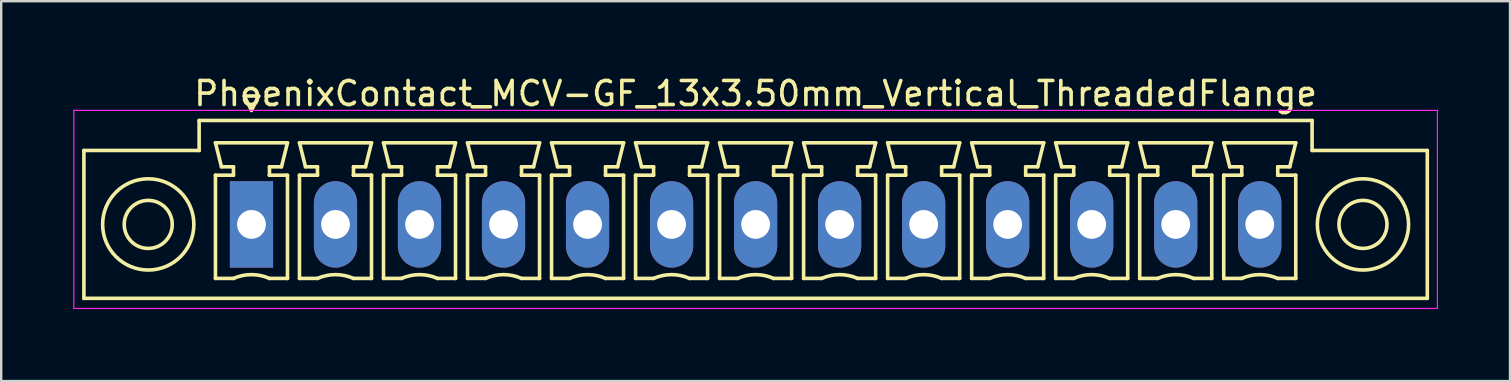
<source format=kicad_pcb>
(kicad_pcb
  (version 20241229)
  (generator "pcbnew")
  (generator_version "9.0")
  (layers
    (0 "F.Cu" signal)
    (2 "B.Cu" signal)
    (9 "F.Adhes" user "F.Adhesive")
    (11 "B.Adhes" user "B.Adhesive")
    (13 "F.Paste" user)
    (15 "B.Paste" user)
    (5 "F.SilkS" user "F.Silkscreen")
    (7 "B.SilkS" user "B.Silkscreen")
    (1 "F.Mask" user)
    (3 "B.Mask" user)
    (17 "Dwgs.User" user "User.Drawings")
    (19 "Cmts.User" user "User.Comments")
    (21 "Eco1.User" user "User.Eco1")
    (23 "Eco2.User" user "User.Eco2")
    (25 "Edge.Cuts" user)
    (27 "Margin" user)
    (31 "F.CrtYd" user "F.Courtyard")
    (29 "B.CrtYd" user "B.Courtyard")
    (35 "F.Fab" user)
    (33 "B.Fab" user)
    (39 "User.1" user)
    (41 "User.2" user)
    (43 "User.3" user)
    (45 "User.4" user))
  (footprint "PhoenixContact_MCV-GF_13x3.50mm_Vertical_ThreadedFlange"
    (layer "F.Cu")
    (at 7.425 6.298)
    (property "Reference" "PhoenixContact_MCV-GF_13x3.50mm_Vertical_ThreadedFlange" (at 21 -5.45 0) (layer "F.SilkS") (effects (font (size 1 1) (thickness 0.15))))
    (attr through_hole)
    (fp_line (start -6.98 -3.08) (end -6.98 3.08) (stroke (width 0.15) (type solid)) (layer "F.SilkS"))
    (fp_line (start -6.98 3.08) (end 48.98 3.08) (stroke (width 0.15) (type solid)) (layer "F.SilkS"))
    (fp_line (start -2.18 -4.33) (end -2.18 -3.08) (stroke (width 0.15) (type solid)) (layer "F.SilkS"))
    (fp_line (start -2.18 -3.08) (end -6.98 -3.08) (stroke (width 0.15) (type solid)) (layer "F.SilkS"))
    (fp_line (start -1.5 -3.4) (end 1.5 -3.4) (stroke (width 0.15) (type solid)) (layer "F.SilkS"))
    (fp_line (start -1.5 -2.05) (end -0.75 -2.05) (stroke (width 0.15) (type solid)) (layer "F.SilkS"))
    (fp_line (start -1.5 2.25) (end -1.5 -2.05) (stroke (width 0.15) (type solid)) (layer "F.SilkS"))
    (fp_line (start -1.25 -2.4) (end -1.5 -3.4) (stroke (width 0.15) (type solid)) (layer "F.SilkS"))
    (fp_line (start -0.75 -2.4) (end -1.25 -2.4) (stroke (width 0.15) (type solid)) (layer "F.SilkS"))
    (fp_line (start -0.75 -2.05) (end -0.75 -2.4) (stroke (width 0.15) (type solid)) (layer "F.SilkS"))
    (fp_line (start -0.75 2.25) (end -1.5 2.25) (stroke (width 0.15) (type solid)) (layer "F.SilkS"))
    (fp_line (start -0.3 -5.35) (end 0 -4.75) (stroke (width 0.15) (type solid)) (layer "F.SilkS"))
    (fp_line (start 0 -4.75) (end 0.3 -5.35) (stroke (width 0.15) (type solid)) (layer "F.SilkS"))
    (fp_line (start 0.3 -5.35) (end -0.3 -5.35) (stroke (width 0.15) (type solid)) (layer "F.SilkS"))
    (fp_line (start 0.75 -2.4) (end 0.75 -2.05) (stroke (width 0.15) (type solid)) (layer "F.SilkS"))
    (fp_line (start 0.75 -2.05) (end 0.75 -2.05) (stroke (width 0.15) (type solid)) (layer "F.SilkS"))
    (fp_line (start 0.75 -2.05) (end 1.5 -2.05) (stroke (width 0.15) (type solid)) (layer "F.SilkS"))
    (fp_line (start 1.25 -2.4) (end 0.75 -2.4) (stroke (width 0.15) (type solid)) (layer "F.SilkS"))
    (fp_line (start 1.5 -3.4) (end 1.25 -2.4) (stroke (width 0.15) (type solid)) (layer "F.SilkS"))
    (fp_line (start 1.5 -2.05) (end 1.5 2.25) (stroke (width 0.15) (type solid)) (layer "F.SilkS"))
    (fp_line (start 1.5 2.25) (end 0.75 2.25) (stroke (width 0.15) (type solid)) (layer "F.SilkS"))
    (fp_line (start 2 -3.4) (end 5 -3.4) (stroke (width 0.15) (type solid)) (layer "F.SilkS"))
    (fp_line (start 2 -2.05) (end 2.75 -2.05) (stroke (width 0.15) (type solid)) (layer "F.SilkS"))
    (fp_line (start 2 2.25) (end 2 -2.05) (stroke (width 0.15) (type solid)) (layer "F.SilkS"))
    (fp_line (start 2.25 -2.4) (end 2 -3.4) (stroke (width 0.15) (type solid)) (layer "F.SilkS"))
    (fp_line (start 2.75 -2.4) (end 2.25 -2.4) (stroke (width 0.15) (type solid)) (layer "F.SilkS"))
    (fp_line (start 2.75 -2.05) (end 2.75 -2.4) (stroke (width 0.15) (type solid)) (layer "F.SilkS"))
    (fp_line (start 2.75 2.25) (end 2 2.25) (stroke (width 0.15) (type solid)) (layer "F.SilkS"))
    (fp_line (start 4.25 -2.4) (end 4.25 -2.05) (stroke (width 0.15) (type solid)) (layer "F.SilkS"))
    (fp_line (start 4.25 -2.05) (end 4.25 -2.05) (stroke (width 0.15) (type solid)) (layer "F.SilkS"))
    (fp_line (start 4.25 -2.05) (end 5 -2.05) (stroke (width 0.15) (type solid)) (layer "F.SilkS"))
    (fp_line (start 4.75 -2.4) (end 4.25 -2.4) (stroke (width 0.15) (type solid)) (layer "F.SilkS"))
    (fp_line (start 5 -3.4) (end 4.75 -2.4) (stroke (width 0.15) (type solid)) (layer "F.SilkS"))
    (fp_line (start 5 -2.05) (end 5 2.25) (stroke (width 0.15) (type solid)) (layer "F.SilkS"))
    (fp_line (start 5 2.25) (end 4.25 2.25) (stroke (width 0.15) (type solid)) (layer "F.SilkS"))
    (fp_line (start 5.5 -3.4) (end 8.5 -3.4) (stroke (width 0.15) (type solid)) (layer "F.SilkS"))
    (fp_line (start 5.5 -2.05) (end 6.25 -2.05) (stroke (width 0.15) (type solid)) (layer "F.SilkS"))
    (fp_line (start 5.5 2.25) (end 5.5 -2.05) (stroke (width 0.15) (type solid)) (layer "F.SilkS"))
    (fp_line (start 5.75 -2.4) (end 5.5 -3.4) (stroke (width 0.15) (type solid)) (layer "F.SilkS"))
    (fp_line (start 6.25 -2.4) (end 5.75 -2.4) (stroke (width 0.15) (type solid)) (layer "F.SilkS"))
    (fp_line (start 6.25 -2.05) (end 6.25 -2.4) (stroke (width 0.15) (type solid)) (layer "F.SilkS"))
    (fp_line (start 6.25 2.25) (end 5.5 2.25) (stroke (width 0.15) (type solid)) (layer "F.SilkS"))
    (fp_line (start 7.75 -2.4) (end 7.75 -2.05) (stroke (width 0.15) (type solid)) (layer "F.SilkS"))
    (fp_line (start 7.75 -2.05) (end 7.75 -2.05) (stroke (width 0.15) (type solid)) (layer "F.SilkS"))
    (fp_line (start 7.75 -2.05) (end 8.5 -2.05) (stroke (width 0.15) (type solid)) (layer "F.SilkS"))
    (fp_line (start 8.25 -2.4) (end 7.75 -2.4) (stroke (width 0.15) (type solid)) (layer "F.SilkS"))
    (fp_line (start 8.5 -3.4) (end 8.25 -2.4) (stroke (width 0.15) (type solid)) (layer "F.SilkS"))
    (fp_line (start 8.5 -2.05) (end 8.5 2.25) (stroke (width 0.15) (type solid)) (layer "F.SilkS"))
    (fp_line (start 8.5 2.25) (end 7.75 2.25) (stroke (width 0.15) (type solid)) (layer "F.SilkS"))
    (fp_line (start 9 -3.4) (end 12 -3.4) (stroke (width 0.15) (type solid)) (layer "F.SilkS"))
    (fp_line (start 9 -2.05) (end 9.75 -2.05) (stroke (width 0.15) (type solid)) (layer "F.SilkS"))
    (fp_line (start 9 2.25) (end 9 -2.05) (stroke (width 0.15) (type solid)) (layer "F.SilkS"))
    (fp_line (start 9.25 -2.4) (end 9 -3.4) (stroke (width 0.15) (type solid)) (layer "F.SilkS"))
    (fp_line (start 9.75 -2.4) (end 9.25 -2.4) (stroke (width 0.15) (type solid)) (layer "F.SilkS"))
    (fp_line (start 9.75 -2.05) (end 9.75 -2.4) (stroke (width 0.15) (type solid)) (layer "F.SilkS"))
    (fp_line (start 9.75 2.25) (end 9 2.25) (stroke (width 0.15) (type solid)) (layer "F.SilkS"))
    (fp_line (start 11.25 -2.4) (end 11.25 -2.05) (stroke (width 0.15) (type solid)) (layer "F.SilkS"))
    (fp_line (start 11.25 -2.05) (end 11.25 -2.05) (stroke (width 0.15) (type solid)) (layer "F.SilkS"))
    (fp_line (start 11.25 -2.05) (end 12 -2.05) (stroke (width 0.15) (type solid)) (layer "F.SilkS"))
    (fp_line (start 11.75 -2.4) (end 11.25 -2.4) (stroke (width 0.15) (type solid)) (layer "F.SilkS"))
    (fp_line (start 12 -3.4) (end 11.75 -2.4) (stroke (width 0.15) (type solid)) (layer "F.SilkS"))
    (fp_line (start 12 -2.05) (end 12 2.25) (stroke (width 0.15) (type solid)) (layer "F.SilkS"))
    (fp_line (start 12 2.25) (end 11.25 2.25) (stroke (width 0.15) (type solid)) (layer "F.SilkS"))
    (fp_line (start 12.5 -3.4) (end 15.5 -3.4) (stroke (width 0.15) (type solid)) (layer "F.SilkS"))
    (fp_line (start 12.5 -2.05) (end 13.25 -2.05) (stroke (width 0.15) (type solid)) (layer "F.SilkS"))
    (fp_line (start 12.5 2.25) (end 12.5 -2.05) (stroke (width 0.15) (type solid)) (layer "F.SilkS"))
    (fp_line (start 12.75 -2.4) (end 12.5 -3.4) (stroke (width 0.15) (type solid)) (layer "F.SilkS"))
    (fp_line (start 13.25 -2.4) (end 12.75 -2.4) (stroke (width 0.15) (type solid)) (layer "F.SilkS"))
    (fp_line (start 13.25 -2.05) (end 13.25 -2.4) (stroke (width 0.15) (type solid)) (layer "F.SilkS"))
    (fp_line (start 13.25 2.25) (end 12.5 2.25) (stroke (width 0.15) (type solid)) (layer "F.SilkS"))
    (fp_line (start 14.75 -2.4) (end 14.75 -2.05) (stroke (width 0.15) (type solid)) (layer "F.SilkS"))
    (fp_line (start 14.75 -2.05) (end 14.75 -2.05) (stroke (width 0.15) (type solid)) (layer "F.SilkS"))
    (fp_line (start 14.75 -2.05) (end 15.5 -2.05) (stroke (width 0.15) (type solid)) (layer "F.SilkS"))
    (fp_line (start 15.25 -2.4) (end 14.75 -2.4) (stroke (width 0.15) (type solid)) (layer "F.SilkS"))
    (fp_line (start 15.5 -3.4) (end 15.25 -2.4) (stroke (width 0.15) (type solid)) (layer "F.SilkS"))
    (fp_line (start 15.5 -2.05) (end 15.5 2.25) (stroke (width 0.15) (type solid)) (layer "F.SilkS"))
    (fp_line (start 15.5 2.25) (end 14.75 2.25) (stroke (width 0.15) (type solid)) (layer "F.SilkS"))
    (fp_line (start 16 -3.4) (end 19 -3.4) (stroke (width 0.15) (type solid)) (layer "F.SilkS"))
    (fp_line (start 16 -2.05) (end 16.75 -2.05) (stroke (width 0.15) (type solid)) (layer "F.SilkS"))
    (fp_line (start 16 2.25) (end 16 -2.05) (stroke (width 0.15) (type solid)) (layer "F.SilkS"))
    (fp_line (start 16.25 -2.4) (end 16 -3.4) (stroke (width 0.15) (type solid)) (layer "F.SilkS"))
    (fp_line (start 16.75 -2.4) (end 16.25 -2.4) (stroke (width 0.15) (type solid)) (layer "F.SilkS"))
    (fp_line (start 16.75 -2.05) (end 16.75 -2.4) (stroke (width 0.15) (type solid)) (layer "F.SilkS"))
    (fp_line (start 16.75 2.25) (end 16 2.25) (stroke (width 0.15) (type solid)) (layer "F.SilkS"))
    (fp_line (start 18.25 -2.4) (end 18.25 -2.05) (stroke (width 0.15) (type solid)) (layer "F.SilkS"))
    (fp_line (start 18.25 -2.05) (end 18.25 -2.05) (stroke (width 0.15) (type solid)) (layer "F.SilkS"))
    (fp_line (start 18.25 -2.05) (end 19 -2.05) (stroke (width 0.15) (type solid)) (layer "F.SilkS"))
    (fp_line (start 18.75 -2.4) (end 18.25 -2.4) (stroke (width 0.15) (type solid)) (layer "F.SilkS"))
    (fp_line (start 19 -3.4) (end 18.75 -2.4) (stroke (width 0.15) (type solid)) (layer "F.SilkS"))
    (fp_line (start 19 -2.05) (end 19 2.25) (stroke (width 0.15) (type solid)) (layer "F.SilkS"))
    (fp_line (start 19 2.25) (end 18.25 2.25) (stroke (width 0.15) (type solid)) (layer "F.SilkS"))
    (fp_line (start 19.5 -3.4) (end 22.5 -3.4) (stroke (width 0.15) (type solid)) (layer "F.SilkS"))
    (fp_line (start 19.5 -2.05) (end 20.25 -2.05) (stroke (width 0.15) (type solid)) (layer "F.SilkS"))
    (fp_line (start 19.5 2.25) (end 19.5 -2.05) (stroke (width 0.15) (type solid)) (layer "F.SilkS"))
    (fp_line (start 19.75 -2.4) (end 19.5 -3.4) (stroke (width 0.15) (type solid)) (layer "F.SilkS"))
    (fp_line (start 20.25 -2.4) (end 19.75 -2.4) (stroke (width 0.15) (type solid)) (layer "F.SilkS"))
    (fp_line (start 20.25 -2.05) (end 20.25 -2.4) (stroke (width 0.15) (type solid)) (layer "F.SilkS"))
    (fp_line (start 20.25 2.25) (end 19.5 2.25) (stroke (width 0.15) (type solid)) (layer "F.SilkS"))
    (fp_line (start 21.75 -2.4) (end 21.75 -2.05) (stroke (width 0.15) (type solid)) (layer "F.SilkS"))
    (fp_line (start 21.75 -2.05) (end 21.75 -2.05) (stroke (width 0.15) (type solid)) (layer "F.SilkS"))
    (fp_line (start 21.75 -2.05) (end 22.5 -2.05) (stroke (width 0.15) (type solid)) (layer "F.SilkS"))
    (fp_line (start 22.25 -2.4) (end 21.75 -2.4) (stroke (width 0.15) (type solid)) (layer "F.SilkS"))
    (fp_line (start 22.5 -3.4) (end 22.25 -2.4) (stroke (width 0.15) (type solid)) (layer "F.SilkS"))
    (fp_line (start 22.5 -2.05) (end 22.5 2.25) (stroke (width 0.15) (type solid)) (layer "F.SilkS"))
    (fp_line (start 22.5 2.25) (end 21.75 2.25) (stroke (width 0.15) (type solid)) (layer "F.SilkS"))
    (fp_line (start 23 -3.4) (end 26 -3.4) (stroke (width 0.15) (type solid)) (layer "F.SilkS"))
    (fp_line (start 23 -2.05) (end 23.75 -2.05) (stroke (width 0.15) (type solid)) (layer "F.SilkS"))
    (fp_line (start 23 2.25) (end 23 -2.05) (stroke (width 0.15) (type solid)) (layer "F.SilkS"))
    (fp_line (start 23.25 -2.4) (end 23 -3.4) (stroke (width 0.15) (type solid)) (layer "F.SilkS"))
    (fp_line (start 23.75 -2.4) (end 23.25 -2.4) (stroke (width 0.15) (type solid)) (layer "F.SilkS"))
    (fp_line (start 23.75 -2.05) (end 23.75 -2.4) (stroke (width 0.15) (type solid)) (layer "F.SilkS"))
    (fp_line (start 23.75 2.25) (end 23 2.25) (stroke (width 0.15) (type solid)) (layer "F.SilkS"))
    (fp_line (start 25.25 -2.4) (end 25.25 -2.05) (stroke (width 0.15) (type solid)) (layer "F.SilkS"))
    (fp_line (start 25.25 -2.05) (end 25.25 -2.05) (stroke (width 0.15) (type solid)) (layer "F.SilkS"))
    (fp_line (start 25.25 -2.05) (end 26 -2.05) (stroke (width 0.15) (type solid)) (layer "F.SilkS"))
    (fp_line (start 25.75 -2.4) (end 25.25 -2.4) (stroke (width 0.15) (type solid)) (layer "F.SilkS"))
    (fp_line (start 26 -3.4) (end 25.75 -2.4) (stroke (width 0.15) (type solid)) (layer "F.SilkS"))
    (fp_line (start 26 -2.05) (end 26 2.25) (stroke (width 0.15) (type solid)) (layer "F.SilkS"))
    (fp_line (start 26 2.25) (end 25.25 2.25) (stroke (width 0.15) (type solid)) (layer "F.SilkS"))
    (fp_line (start 26.5 -3.4) (end 29.5 -3.4) (stroke (width 0.15) (type solid)) (layer "F.SilkS"))
    (fp_line (start 26.5 -2.05) (end 27.25 -2.05) (stroke (width 0.15) (type solid)) (layer "F.SilkS"))
    (fp_line (start 26.5 2.25) (end 26.5 -2.05) (stroke (width 0.15) (type solid)) (layer "F.SilkS"))
    (fp_line (start 26.75 -2.4) (end 26.5 -3.4) (stroke (width 0.15) (type solid)) (layer "F.SilkS"))
    (fp_line (start 27.25 -2.4) (end 26.75 -2.4) (stroke (width 0.15) (type solid)) (layer "F.SilkS"))
    (fp_line (start 27.25 -2.05) (end 27.25 -2.4) (stroke (width 0.15) (type solid)) (layer "F.SilkS"))
    (fp_line (start 27.25 2.25) (end 26.5 2.25) (stroke (width 0.15) (type solid)) (layer "F.SilkS"))
    (fp_line (start 28.75 -2.4) (end 28.75 -2.05) (stroke (width 0.15) (type solid)) (layer "F.SilkS"))
    (fp_line (start 28.75 -2.05) (end 28.75 -2.05) (stroke (width 0.15) (type solid)) (layer "F.SilkS"))
    (fp_line (start 28.75 -2.05) (end 29.5 -2.05) (stroke (width 0.15) (type solid)) (layer "F.SilkS"))
    (fp_line (start 29.25 -2.4) (end 28.75 -2.4) (stroke (width 0.15) (type solid)) (layer "F.SilkS"))
    (fp_line (start 29.5 -3.4) (end 29.25 -2.4) (stroke (width 0.15) (type solid)) (layer "F.SilkS"))
    (fp_line (start 29.5 -2.05) (end 29.5 2.25) (stroke (width 0.15) (type solid)) (layer "F.SilkS"))
    (fp_line (start 29.5 2.25) (end 28.75 2.25) (stroke (width 0.15) (type solid)) (layer "F.SilkS"))
    (fp_line (start 30 -3.4) (end 33 -3.4) (stroke (width 0.15) (type solid)) (layer "F.SilkS"))
    (fp_line (start 30 -2.05) (end 30.75 -2.05) (stroke (width 0.15) (type solid)) (layer "F.SilkS"))
    (fp_line (start 30 2.25) (end 30 -2.05) (stroke (width 0.15) (type solid)) (layer "F.SilkS"))
    (fp_line (start 30.25 -2.4) (end 30 -3.4) (stroke (width 0.15) (type solid)) (layer "F.SilkS"))
    (fp_line (start 30.75 -2.4) (end 30.25 -2.4) (stroke (width 0.15) (type solid)) (layer "F.SilkS"))
    (fp_line (start 30.75 -2.05) (end 30.75 -2.4) (stroke (width 0.15) (type solid)) (layer "F.SilkS"))
    (fp_line (start 30.75 2.25) (end 30 2.25) (stroke (width 0.15) (type solid)) (layer "F.SilkS"))
    (fp_line (start 32.25 -2.4) (end 32.25 -2.05) (stroke (width 0.15) (type solid)) (layer "F.SilkS"))
    (fp_line (start 32.25 -2.05) (end 32.25 -2.05) (stroke (width 0.15) (type solid)) (layer "F.SilkS"))
    (fp_line (start 32.25 -2.05) (end 33 -2.05) (stroke (width 0.15) (type solid)) (layer "F.SilkS"))
    (fp_line (start 32.75 -2.4) (end 32.25 -2.4) (stroke (width 0.15) (type solid)) (layer "F.SilkS"))
    (fp_line (start 33 -3.4) (end 32.75 -2.4) (stroke (width 0.15) (type solid)) (layer "F.SilkS"))
    (fp_line (start 33 -2.05) (end 33 2.25) (stroke (width 0.15) (type solid)) (layer "F.SilkS"))
    (fp_line (start 33 2.25) (end 32.25 2.25) (stroke (width 0.15) (type solid)) (layer "F.SilkS"))
    (fp_line (start 33.5 -3.4) (end 36.5 -3.4) (stroke (width 0.15) (type solid)) (layer "F.SilkS"))
    (fp_line (start 33.5 -2.05) (end 34.25 -2.05) (stroke (width 0.15) (type solid)) (layer "F.SilkS"))
    (fp_line (start 33.5 2.25) (end 33.5 -2.05) (stroke (width 0.15) (type solid)) (layer "F.SilkS"))
    (fp_line (start 33.75 -2.4) (end 33.5 -3.4) (stroke (width 0.15) (type solid)) (layer "F.SilkS"))
    (fp_line (start 34.25 -2.4) (end 33.75 -2.4) (stroke (width 0.15) (type solid)) (layer "F.SilkS"))
    (fp_line (start 34.25 -2.05) (end 34.25 -2.4) (stroke (width 0.15) (type solid)) (layer "F.SilkS"))
    (fp_line (start 34.25 2.25) (end 33.5 2.25) (stroke (width 0.15) (type solid)) (layer "F.SilkS"))
    (fp_line (start 35.75 -2.4) (end 35.75 -2.05) (stroke (width 0.15) (type solid)) (layer "F.SilkS"))
    (fp_line (start 35.75 -2.05) (end 35.75 -2.05) (stroke (width 0.15) (type solid)) (layer "F.SilkS"))
    (fp_line (start 35.75 -2.05) (end 36.5 -2.05) (stroke (width 0.15) (type solid)) (layer "F.SilkS"))
    (fp_line (start 36.25 -2.4) (end 35.75 -2.4) (stroke (width 0.15) (type solid)) (layer "F.SilkS"))
    (fp_line (start 36.5 -3.4) (end 36.25 -2.4) (stroke (width 0.15) (type solid)) (layer "F.SilkS"))
    (fp_line (start 36.5 -2.05) (end 36.5 2.25) (stroke (width 0.15) (type solid)) (layer "F.SilkS"))
    (fp_line (start 36.5 2.25) (end 35.75 2.25) (stroke (width 0.15) (type solid)) (layer "F.SilkS"))
    (fp_line (start 37 -3.4) (end 40 -3.4) (stroke (width 0.15) (type solid)) (layer "F.SilkS"))
    (fp_line (start 37 -2.05) (end 37.75 -2.05) (stroke (width 0.15) (type solid)) (layer "F.SilkS"))
    (fp_line (start 37 2.25) (end 37 -2.05) (stroke (width 0.15) (type solid)) (layer "F.SilkS"))
    (fp_line (start 37.25 -2.4) (end 37 -3.4) (stroke (width 0.15) (type solid)) (layer "F.SilkS"))
    (fp_line (start 37.75 -2.4) (end 37.25 -2.4) (stroke (width 0.15) (type solid)) (layer "F.SilkS"))
    (fp_line (start 37.75 -2.05) (end 37.75 -2.4) (stroke (width 0.15) (type solid)) (layer "F.SilkS"))
    (fp_line (start 37.75 2.25) (end 37 2.25) (stroke (width 0.15) (type solid)) (layer "F.SilkS"))
    (fp_line (start 39.25 -2.4) (end 39.25 -2.05) (stroke (width 0.15) (type solid)) (layer "F.SilkS"))
    (fp_line (start 39.25 -2.05) (end 39.25 -2.05) (stroke (width 0.15) (type solid)) (layer "F.SilkS"))
    (fp_line (start 39.25 -2.05) (end 40 -2.05) (stroke (width 0.15) (type solid)) (layer "F.SilkS"))
    (fp_line (start 39.75 -2.4) (end 39.25 -2.4) (stroke (width 0.15) (type solid)) (layer "F.SilkS"))
    (fp_line (start 40 -3.4) (end 39.75 -2.4) (stroke (width 0.15) (type solid)) (layer "F.SilkS"))
    (fp_line (start 40 -2.05) (end 40 2.25) (stroke (width 0.15) (type solid)) (layer "F.SilkS"))
    (fp_line (start 40 2.25) (end 39.25 2.25) (stroke (width 0.15) (type solid)) (layer "F.SilkS"))
    (fp_line (start 40.5 -3.4) (end 43.5 -3.4) (stroke (width 0.15) (type solid)) (layer "F.SilkS"))
    (fp_line (start 40.5 -2.05) (end 41.25 -2.05) (stroke (width 0.15) (type solid)) (layer "F.SilkS"))
    (fp_line (start 40.5 2.25) (end 40.5 -2.05) (stroke (width 0.15) (type solid)) (layer "F.SilkS"))
    (fp_line (start 40.75 -2.4) (end 40.5 -3.4) (stroke (width 0.15) (type solid)) (layer "F.SilkS"))
    (fp_line (start 41.25 -2.4) (end 40.75 -2.4) (stroke (width 0.15) (type solid)) (layer "F.SilkS"))
    (fp_line (start 41.25 -2.05) (end 41.25 -2.4) (stroke (width 0.15) (type solid)) (layer "F.SilkS"))
    (fp_line (start 41.25 2.25) (end 40.5 2.25) (stroke (width 0.15) (type solid)) (layer "F.SilkS"))
    (fp_line (start 42.75 -2.4) (end 42.75 -2.05) (stroke (width 0.15) (type solid)) (layer "F.SilkS"))
    (fp_line (start 42.75 -2.05) (end 42.75 -2.05) (stroke (width 0.15) (type solid)) (layer "F.SilkS"))
    (fp_line (start 42.75 -2.05) (end 43.5 -2.05) (stroke (width 0.15) (type solid)) (layer "F.SilkS"))
    (fp_line (start 43.25 -2.4) (end 42.75 -2.4) (stroke (width 0.15) (type solid)) (layer "F.SilkS"))
    (fp_line (start 43.5 -3.4) (end 43.25 -2.4) (stroke (width 0.15) (type solid)) (layer "F.SilkS"))
    (fp_line (start 43.5 -2.05) (end 43.5 2.25) (stroke (width 0.15) (type solid)) (layer "F.SilkS"))
    (fp_line (start 43.5 2.25) (end 42.75 2.25) (stroke (width 0.15) (type solid)) (layer "F.SilkS"))
    (fp_line (start 44.18 -4.33) (end -2.18 -4.33) (stroke (width 0.15) (type solid)) (layer "F.SilkS"))
    (fp_line (start 44.18 -3.08) (end 44.18 -4.33) (stroke (width 0.15) (type solid)) (layer "F.SilkS"))
    (fp_line (start 48.98 -3.08) (end 44.18 -3.08) (stroke (width 0.15) (type solid)) (layer "F.SilkS"))
    (fp_line (start 48.98 3.08) (end 48.98 -3.08) (stroke (width 0.15) (type solid)) (layer "F.SilkS"))
    (fp_arc (start -0.75 2.25) (mid -0.000193 2.09191) (end 0.749647 2.249844) (stroke (width 0.15) (type solid)) (layer "F.SilkS"))
    (fp_arc (start 2.75 2.25) (mid 3.499807 2.09191) (end 4.249647 2.249844) (stroke (width 0.15) (type solid)) (layer "F.SilkS"))
    (fp_arc (start 6.25 2.25) (mid 6.999807 2.09191) (end 7.749647 2.249844) (stroke (width 0.15) (type solid)) (layer "F.SilkS"))
    (fp_arc (start 9.75 2.25) (mid 10.499807 2.09191) (end 11.249647 2.249844) (stroke (width 0.15) (type solid)) (layer "F.SilkS"))
    (fp_arc (start 13.25 2.25) (mid 13.999807 2.09191) (end 14.749647 2.249844) (stroke (width 0.15) (type solid)) (layer "F.SilkS"))
    (fp_arc (start 16.75 2.25) (mid 17.499807 2.09191) (end 18.249647 2.249844) (stroke (width 0.15) (type solid)) (layer "F.SilkS"))
    (fp_arc (start 20.25 2.25) (mid 20.999807 2.09191) (end 21.749647 2.249844) (stroke (width 0.15) (type solid)) (layer "F.SilkS"))
    (fp_arc (start 23.75 2.25) (mid 24.499807 2.09191) (end 25.249647 2.249844) (stroke (width 0.15) (type solid)) (layer "F.SilkS"))
    (fp_arc (start 27.25 2.25) (mid 27.999807 2.09191) (end 28.749647 2.249844) (stroke (width 0.15) (type solid)) (layer "F.SilkS"))
    (fp_arc (start 30.75 2.25) (mid 31.499807 2.09191) (end 32.249647 2.249844) (stroke (width 0.15) (type solid)) (layer "F.SilkS"))
    (fp_arc (start 34.25 2.25) (mid 34.999807 2.09191) (end 35.749647 2.249844) (stroke (width 0.15) (type solid)) (layer "F.SilkS"))
    (fp_arc (start 37.75 2.25) (mid 38.499807 2.09191) (end 39.249647 2.249844) (stroke (width 0.15) (type solid)) (layer "F.SilkS"))
    (fp_arc (start 41.25 2.25) (mid 41.999807 2.09191) (end 42.749647 2.249844) (stroke (width 0.15) (type solid)) (layer "F.SilkS"))
    (fp_circle (center -4.3 0) (end -3.3 0) (stroke (width 0.15) (type solid)) (fill no) (layer "F.SilkS"))
    (fp_circle (center -4.3 0) (end -2.4 0) (stroke (width 0.15) (type solid)) (fill no) (layer "F.SilkS"))
    (fp_circle (center 46.3 0) (end 47.3 0) (stroke (width 0.15) (type solid)) (fill no) (layer "F.SilkS"))
    (fp_circle (center 46.3 0) (end 48.2 0) (stroke (width 0.15) (type solid)) (fill no) (layer "F.SilkS"))
    (fp_line (start -7.4 -4.75) (end -7.4 3.5) (stroke (width 0.05) (type solid)) (layer "F.CrtYd"))
    (fp_line (start -7.4 3.5) (end 49.4 3.5) (stroke (width 0.05) (type solid)) (layer "F.CrtYd"))
    (fp_line (start 49.4 -4.75) (end -7.4 -4.75) (stroke (width 0.05) (type solid)) (layer "F.CrtYd"))
    (fp_line (start 49.4 3.5) (end 49.4 -4.75) (stroke (width 0.05) (type solid)) (layer "F.CrtYd"))
    (pad "1" thru_hole rect (at 0 0) (size 1.8 3.6) (drill 1.2) (layers "*.Cu" "*.Mask"))
    (pad "2" thru_hole oval (at 3.5 0) (size 1.8 3.6) (drill 1.2) (layers "*.Cu" "*.Mask"))
    (pad "3" thru_hole oval (at 7 0) (size 1.8 3.6) (drill 1.2) (layers "*.Cu" "*.Mask"))
    (pad "4" thru_hole oval (at 10.5 0) (size 1.8 3.6) (drill 1.2) (layers "*.Cu" "*.Mask"))
    (pad "5" thru_hole oval (at 14 0) (size 1.8 3.6) (drill 1.2) (layers "*.Cu" "*.Mask"))
    (pad "6" thru_hole oval (at 17.5 0) (size 1.8 3.6) (drill 1.2) (layers "*.Cu" "*.Mask"))
    (pad "7" thru_hole oval (at 21 0) (size 1.8 3.6) (drill 1.2) (layers "*.Cu" "*.Mask"))
    (pad "8" thru_hole oval (at 24.5 0) (size 1.8 3.6) (drill 1.2) (layers "*.Cu" "*.Mask"))
    (pad "9" thru_hole oval (at 28 0) (size 1.8 3.6) (drill 1.2) (layers "*.Cu" "*.Mask"))
    (pad "10" thru_hole oval (at 31.5 0) (size 1.8 3.6) (drill 1.2) (layers "*.Cu" "*.Mask"))
    (pad "11" thru_hole oval (at 35 0) (size 1.8 3.6) (drill 1.2) (layers "*.Cu" "*.Mask"))
    (pad "12" thru_hole oval (at 38.5 0) (size 1.8 3.6) (drill 1.2) (layers "*.Cu" "*.Mask"))
    (pad "13" thru_hole oval (at 42 0) (size 1.8 3.6) (drill 1.2) (layers "*.Cu" "*.Mask")))
  (gr_rect
    (start -3 -3)
    (end 59.85 12.823)
    (stroke (width 0.1) (type default))
    (fill no)
    (layer "Edge.Cuts")))
</source>
